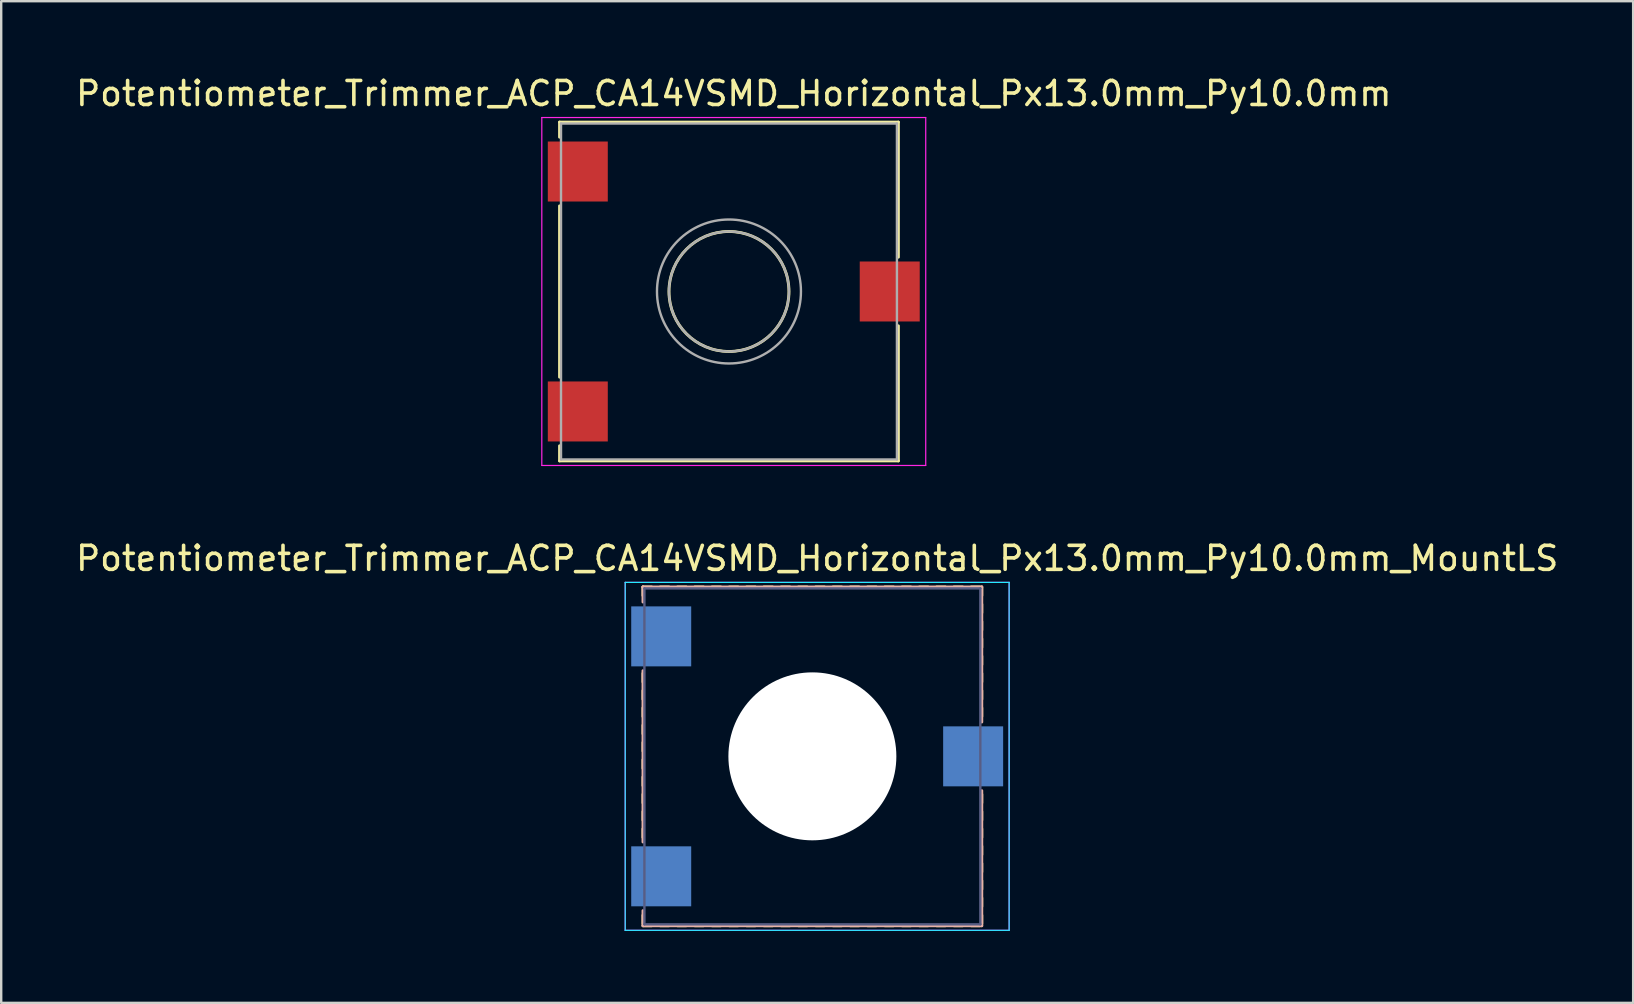
<source format=kicad_pcb>
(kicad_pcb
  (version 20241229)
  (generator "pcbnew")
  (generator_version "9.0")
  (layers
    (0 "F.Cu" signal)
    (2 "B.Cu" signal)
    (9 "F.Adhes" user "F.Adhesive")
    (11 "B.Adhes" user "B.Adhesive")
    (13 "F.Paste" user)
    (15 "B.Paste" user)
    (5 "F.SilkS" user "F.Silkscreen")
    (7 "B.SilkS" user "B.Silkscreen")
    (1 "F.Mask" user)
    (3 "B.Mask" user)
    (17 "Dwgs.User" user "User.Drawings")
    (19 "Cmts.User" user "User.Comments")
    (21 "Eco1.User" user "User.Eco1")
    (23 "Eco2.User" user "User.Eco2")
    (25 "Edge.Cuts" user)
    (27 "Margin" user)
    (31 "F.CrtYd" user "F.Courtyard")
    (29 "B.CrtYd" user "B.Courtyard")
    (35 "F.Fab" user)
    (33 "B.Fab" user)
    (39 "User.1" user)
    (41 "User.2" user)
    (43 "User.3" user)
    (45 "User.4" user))
  (footprint "Potentiometer_Trimmer_ACP_CA14VSMD_Horizontal_Px13.0mm_Py10.0mm"
    (layer "F.Cu")
    (at 27.53 9.098)
    (property "Reference" "Potentiometer_Trimmer_ACP_CA14VSMD_Horizontal_Px13.0mm_Py10.0mm" (at 0 -8.25 0) (layer "F.SilkS") (effects (font (size 1 1) (thickness 0.15))))
    (attr smd)
    (fp_line (start -7.26 -7.06) (end -7.26 -6.431) (stroke (width 0.12) (type solid)) (layer "F.SilkS"))
    (fp_line (start -7.26 -7.06) (end 6.86 -7.06) (stroke (width 0.12) (type solid)) (layer "F.SilkS"))
    (fp_line (start -7.26 -3.569) (end -7.26 3.57) (stroke (width 0.12) (type solid)) (layer "F.SilkS"))
    (fp_line (start -7.26 6.43) (end -7.26 7.06) (stroke (width 0.12) (type solid)) (layer "F.SilkS"))
    (fp_line (start -7.26 7.06) (end 6.86 7.06) (stroke (width 0.12) (type solid)) (layer "F.SilkS"))
    (fp_line (start 6.86 -7.06) (end 6.86 -1.43) (stroke (width 0.12) (type solid)) (layer "F.SilkS"))
    (fp_line (start 6.86 1.43) (end 6.86 7.06) (stroke (width 0.12) (type solid)) (layer "F.SilkS"))
    (fp_circle (center -0.2 0) (end 2.3 0) (stroke (width 0.12) (type solid)) (fill no) (layer "F.SilkS"))
    (fp_line (start -8 -7.25) (end -8 7.25) (stroke (width 0.05) (type solid)) (layer "F.CrtYd"))
    (fp_line (start -8 7.25) (end 8 7.25) (stroke (width 0.05) (type solid)) (layer "F.CrtYd"))
    (fp_line (start 8 -7.25) (end -8 -7.25) (stroke (width 0.05) (type solid)) (layer "F.CrtYd"))
    (fp_line (start 8 7.25) (end 8 -7.25) (stroke (width 0.05) (type solid)) (layer "F.CrtYd"))
    (fp_line (start -7.2 -7) (end -7.2 7) (stroke (width 0.1) (type solid)) (layer "F.Fab"))
    (fp_line (start -7.2 7) (end 6.8 7) (stroke (width 0.1) (type solid)) (layer "F.Fab"))
    (fp_line (start 6.8 -7) (end -7.2 -7) (stroke (width 0.1) (type solid)) (layer "F.Fab"))
    (fp_line (start 6.8 7) (end 6.8 -7) (stroke (width 0.1) (type solid)) (layer "F.Fab"))
    (fp_circle (center -0.2 0) (end 2.3 0) (stroke (width 0.1) (type solid)) (fill no) (layer "F.Fab"))
    (fp_circle (center -0.2 0) (end 2.8 0) (stroke (width 0.1) (type solid)) (fill no) (layer "F.Fab"))
    (pad "1" smd rect (at -6.5 5) (size 2.5 2.5) (layers "F.Cu" "F.Mask"))
    (pad "2" smd rect (at 6.5 0) (size 2.5 2.5) (layers "F.Cu" "F.Mask"))
    (pad "3" smd rect (at -6.5 -5) (size 2.5 2.5) (layers "F.Cu" "F.Mask")))
  (footprint "Potentiometer_Trimmer_ACP_CA14VSMD_Horizontal_Px13.0mm_Py10.0mm_MountLS"
    (layer "F.Cu")
    (at 31.006 28.471)
    (property "Reference" "Potentiometer_Trimmer_ACP_CA14VSMD_Horizontal_Px13.0mm_Py10.0mm_MountLS" (at 0 -8.25 0) (layer "F.SilkS") (effects (font (size 1 1) (thickness 0.15))))
    (attr smd)
    (fp_line (start -7.26 -7.06) (end -7.26 -6.701) (stroke (width 0.12) (type solid)) (layer "F.SilkS"))
    (fp_line (start -7.26 -7.06) (end -6.9 -7.06) (stroke (width 0.12) (type solid)) (layer "F.SilkS"))
    (fp_line (start -7.26 -3.46) (end -7.26 -3.1) (stroke (width 0.12) (type solid)) (layer "F.SilkS"))
    (fp_line (start -7.26 -2.74) (end -7.26 -2.38) (stroke (width 0.12) (type solid)) (layer "F.SilkS"))
    (fp_line (start -7.26 -2.02) (end -7.26 -1.66) (stroke (width 0.12) (type solid)) (layer "F.SilkS"))
    (fp_line (start -7.26 -1.3) (end -7.26 -0.94) (stroke (width 0.12) (type solid)) (layer "F.SilkS"))
    (fp_line (start -7.26 -0.58) (end -7.26 -0.22) (stroke (width 0.12) (type solid)) (layer "F.SilkS"))
    (fp_line (start -7.26 0.14) (end -7.26 0.5) (stroke (width 0.12) (type solid)) (layer "F.SilkS"))
    (fp_line (start -7.26 0.86) (end -7.26 1.22) (stroke (width 0.12) (type solid)) (layer "F.SilkS"))
    (fp_line (start -7.26 1.58) (end -7.26 1.94) (stroke (width 0.12) (type solid)) (layer "F.SilkS"))
    (fp_line (start -7.26 2.3) (end -7.26 2.66) (stroke (width 0.12) (type solid)) (layer "F.SilkS"))
    (fp_line (start -7.26 3.02) (end -7.26 3.38) (stroke (width 0.12) (type solid)) (layer "F.SilkS"))
    (fp_line (start -7.26 6.62) (end -7.26 6.98) (stroke (width 0.12) (type solid)) (layer "F.SilkS"))
    (fp_line (start -7.26 7.06) (end -6.9 7.06) (stroke (width 0.12) (type solid)) (layer "F.SilkS"))
    (fp_line (start -6.541 -7.06) (end -6.18 -7.06) (stroke (width 0.12) (type solid)) (layer "F.SilkS"))
    (fp_line (start -6.541 7.06) (end -6.18 7.06) (stroke (width 0.12) (type solid)) (layer "F.SilkS"))
    (fp_line (start -5.82 -7.06) (end -5.46 -7.06) (stroke (width 0.12) (type solid)) (layer "F.SilkS"))
    (fp_line (start -5.82 7.06) (end -5.46 7.06) (stroke (width 0.12) (type solid)) (layer "F.SilkS"))
    (fp_line (start -5.1 -7.06) (end -4.74 -7.06) (stroke (width 0.12) (type solid)) (layer "F.SilkS"))
    (fp_line (start -5.1 7.06) (end -4.74 7.06) (stroke (width 0.12) (type solid)) (layer "F.SilkS"))
    (fp_line (start -4.38 -7.06) (end -4.02 -7.06) (stroke (width 0.12) (type solid)) (layer "F.SilkS"))
    (fp_line (start -4.38 7.06) (end -4.02 7.06) (stroke (width 0.12) (type solid)) (layer "F.SilkS"))
    (fp_line (start -3.66 -7.06) (end -3.3 -7.06) (stroke (width 0.12) (type solid)) (layer "F.SilkS"))
    (fp_line (start -3.66 7.06) (end -3.3 7.06) (stroke (width 0.12) (type solid)) (layer "F.SilkS"))
    (fp_line (start -2.94 -7.06) (end -2.58 -7.06) (stroke (width 0.12) (type solid)) (layer "F.SilkS"))
    (fp_line (start -2.94 7.06) (end -2.58 7.06) (stroke (width 0.12) (type solid)) (layer "F.SilkS"))
    (fp_line (start -2.22 -7.06) (end -1.86 -7.06) (stroke (width 0.12) (type solid)) (layer "F.SilkS"))
    (fp_line (start -2.22 7.06) (end -1.86 7.06) (stroke (width 0.12) (type solid)) (layer "F.SilkS"))
    (fp_line (start -1.5 -7.06) (end -1.14 -7.06) (stroke (width 0.12) (type solid)) (layer "F.SilkS"))
    (fp_line (start -1.5 7.06) (end -1.14 7.06) (stroke (width 0.12) (type solid)) (layer "F.SilkS"))
    (fp_line (start -0.78 -7.06) (end -0.42 -7.06) (stroke (width 0.12) (type solid)) (layer "F.SilkS"))
    (fp_line (start -0.78 7.06) (end -0.42 7.06) (stroke (width 0.12) (type solid)) (layer "F.SilkS"))
    (fp_line (start -0.06 -7.06) (end 0.3 -7.06) (stroke (width 0.12) (type solid)) (layer "F.SilkS"))
    (fp_line (start -0.06 7.06) (end 0.3 7.06) (stroke (width 0.12) (type solid)) (layer "F.SilkS"))
    (fp_line (start 0.66 -7.06) (end 1.02 -7.06) (stroke (width 0.12) (type solid)) (layer "F.SilkS"))
    (fp_line (start 0.66 7.06) (end 1.02 7.06) (stroke (width 0.12) (type solid)) (layer "F.SilkS"))
    (fp_line (start 1.38 -7.06) (end 1.74 -7.06) (stroke (width 0.12) (type solid)) (layer "F.SilkS"))
    (fp_line (start 1.38 7.06) (end 1.74 7.06) (stroke (width 0.12) (type solid)) (layer "F.SilkS"))
    (fp_line (start 2.1 -7.06) (end 2.46 -7.06) (stroke (width 0.12) (type solid)) (layer "F.SilkS"))
    (fp_line (start 2.1 7.06) (end 2.46 7.06) (stroke (width 0.12) (type solid)) (layer "F.SilkS"))
    (fp_line (start 2.82 -7.06) (end 3.18 -7.06) (stroke (width 0.12) (type solid)) (layer "F.SilkS"))
    (fp_line (start 2.82 7.06) (end 3.18 7.06) (stroke (width 0.12) (type solid)) (layer "F.SilkS"))
    (fp_line (start 3.54 -7.06) (end 3.9 -7.06) (stroke (width 0.12) (type solid)) (layer "F.SilkS"))
    (fp_line (start 3.54 7.06) (end 3.9 7.06) (stroke (width 0.12) (type solid)) (layer "F.SilkS"))
    (fp_line (start 4.26 -7.06) (end 4.62 -7.06) (stroke (width 0.12) (type solid)) (layer "F.SilkS"))
    (fp_line (start 4.26 7.06) (end 4.62 7.06) (stroke (width 0.12) (type solid)) (layer "F.SilkS"))
    (fp_line (start 4.98 -7.06) (end 5.34 -7.06) (stroke (width 0.12) (type solid)) (layer "F.SilkS"))
    (fp_line (start 4.98 7.06) (end 5.34 7.06) (stroke (width 0.12) (type solid)) (layer "F.SilkS"))
    (fp_line (start 5.7 -7.06) (end 6.06 -7.06) (stroke (width 0.12) (type solid)) (layer "F.SilkS"))
    (fp_line (start 5.7 7.06) (end 6.06 7.06) (stroke (width 0.12) (type solid)) (layer "F.SilkS"))
    (fp_line (start 6.421 -7.06) (end 6.78 -7.06) (stroke (width 0.12) (type solid)) (layer "F.SilkS"))
    (fp_line (start 6.421 7.06) (end 6.78 7.06) (stroke (width 0.12) (type solid)) (layer "F.SilkS"))
    (fp_line (start 6.86 -7.06) (end 6.86 -6.701) (stroke (width 0.12) (type solid)) (layer "F.SilkS"))
    (fp_line (start 6.86 -6.34) (end 6.86 -5.981) (stroke (width 0.12) (type solid)) (layer "F.SilkS"))
    (fp_line (start 6.86 -5.621) (end 6.86 -5.261) (stroke (width 0.12) (type solid)) (layer "F.SilkS"))
    (fp_line (start 6.86 -4.9) (end 6.86 -4.54) (stroke (width 0.12) (type solid)) (layer "F.SilkS"))
    (fp_line (start 6.86 -4.18) (end 6.86 -3.82) (stroke (width 0.12) (type solid)) (layer "F.SilkS"))
    (fp_line (start 6.86 -3.46) (end 6.86 -3.1) (stroke (width 0.12) (type solid)) (layer "F.SilkS"))
    (fp_line (start 6.86 -2.74) (end 6.86 -2.38) (stroke (width 0.12) (type solid)) (layer "F.SilkS"))
    (fp_line (start 6.86 -2.02) (end 6.86 -1.66) (stroke (width 0.12) (type solid)) (layer "F.SilkS"))
    (fp_line (start 6.86 1.58) (end 6.86 1.94) (stroke (width 0.12) (type solid)) (layer "F.SilkS"))
    (fp_line (start 6.86 2.3) (end 6.86 2.66) (stroke (width 0.12) (type solid)) (layer "F.SilkS"))
    (fp_line (start 6.86 3.02) (end 6.86 3.38) (stroke (width 0.12) (type solid)) (layer "F.SilkS"))
    (fp_line (start 6.86 3.74) (end 6.86 4.1) (stroke (width 0.12) (type solid)) (layer "F.SilkS"))
    (fp_line (start 6.86 4.46) (end 6.86 4.82) (stroke (width 0.12) (type solid)) (layer "F.SilkS"))
    (fp_line (start 6.86 5.18) (end 6.86 5.54) (stroke (width 0.12) (type solid)) (layer "F.SilkS"))
    (fp_line (start 6.86 5.9) (end 6.86 6.26) (stroke (width 0.12) (type solid)) (layer "F.SilkS"))
    (fp_line (start 6.86 6.62) (end 6.86 6.98) (stroke (width 0.12) (type solid)) (layer "F.SilkS"))
    (fp_line (start -7.26 -7.06) (end -7.26 -6.431) (stroke (width 0.12) (type solid)) (layer "B.SilkS"))
    (fp_line (start -7.26 -7.06) (end 6.86 -7.06) (stroke (width 0.12) (type solid)) (layer "B.SilkS"))
    (fp_line (start -7.26 -3.569) (end -7.26 3.57) (stroke (width 0.12) (type solid)) (layer "B.SilkS"))
    (fp_line (start -7.26 6.43) (end -7.26 7.06) (stroke (width 0.12) (type solid)) (layer "B.SilkS"))
    (fp_line (start -7.26 7.06) (end 6.86 7.06) (stroke (width 0.12) (type solid)) (layer "B.SilkS"))
    (fp_line (start 6.86 -7.06) (end 6.86 -1.43) (stroke (width 0.12) (type solid)) (layer "B.SilkS"))
    (fp_line (start 6.86 1.43) (end 6.86 7.06) (stroke (width 0.12) (type solid)) (layer "B.SilkS"))
    (fp_line (start -8 -7.25) (end -8 7.25) (stroke (width 0.05) (type solid)) (layer "B.CrtYd"))
    (fp_line (start -8 7.25) (end 8 7.25) (stroke (width 0.05) (type solid)) (layer "B.CrtYd"))
    (fp_line (start 8 -7.25) (end -8 -7.25) (stroke (width 0.05) (type solid)) (layer "B.CrtYd"))
    (fp_line (start 8 7.25) (end 8 -7.25) (stroke (width 0.05) (type solid)) (layer "B.CrtYd"))
    (fp_line (start -8 -7.25) (end -8 7.25) (stroke (width 0.05) (type solid)) (layer "F.CrtYd"))
    (fp_line (start -8 7.25) (end 8 7.25) (stroke (width 0.05) (type solid)) (layer "F.CrtYd"))
    (fp_line (start 8 -7.25) (end -8 -7.25) (stroke (width 0.05) (type solid)) (layer "F.CrtYd"))
    (fp_line (start 8 7.25) (end 8 -7.25) (stroke (width 0.05) (type solid)) (layer "F.CrtYd"))
    (fp_line (start -7.2 -7) (end -7.2 7) (stroke (width 0.1) (type solid)) (layer "B.Fab"))
    (fp_line (start -7.2 7) (end 6.8 7) (stroke (width 0.1) (type solid)) (layer "B.Fab"))
    (fp_line (start 6.8 -7) (end -7.2 -7) (stroke (width 0.1) (type solid)) (layer "B.Fab"))
    (fp_line (start 6.8 7) (end 6.8 -7) (stroke (width 0.1) (type solid)) (layer "B.Fab"))
    (fp_circle (center -0.2 0) (end 2.3 0) (stroke (width 0.1) (type solid)) (fill no) (layer "B.Fab"))
    (fp_circle (center -0.2 0) (end 2.8 0) (stroke (width 0.1) (type solid)) (fill no) (layer "B.Fab"))
    (pad "" np_thru_hole circle (at -0.2 0) (size 7 7) (drill 7) (layers "*.Cu" "*.Mask"))
    (pad "1" smd rect (at -6.5 5) (size 2.5 2.5) (layers "B.Cu" "B.Mask"))
    (pad "2" smd rect (at 6.5 0) (size 2.5 2.5) (layers "B.Cu" "B.Mask"))
    (pad "3" smd rect (at -6.5 -5) (size 2.5 2.5) (layers "B.Cu" "B.Mask")))
  (gr_rect
    (start -3 -3)
    (end 65.012 38.746)
    (stroke (width 0.1) (type default))
    (fill no)
    (layer "Edge.Cuts")))
</source>
